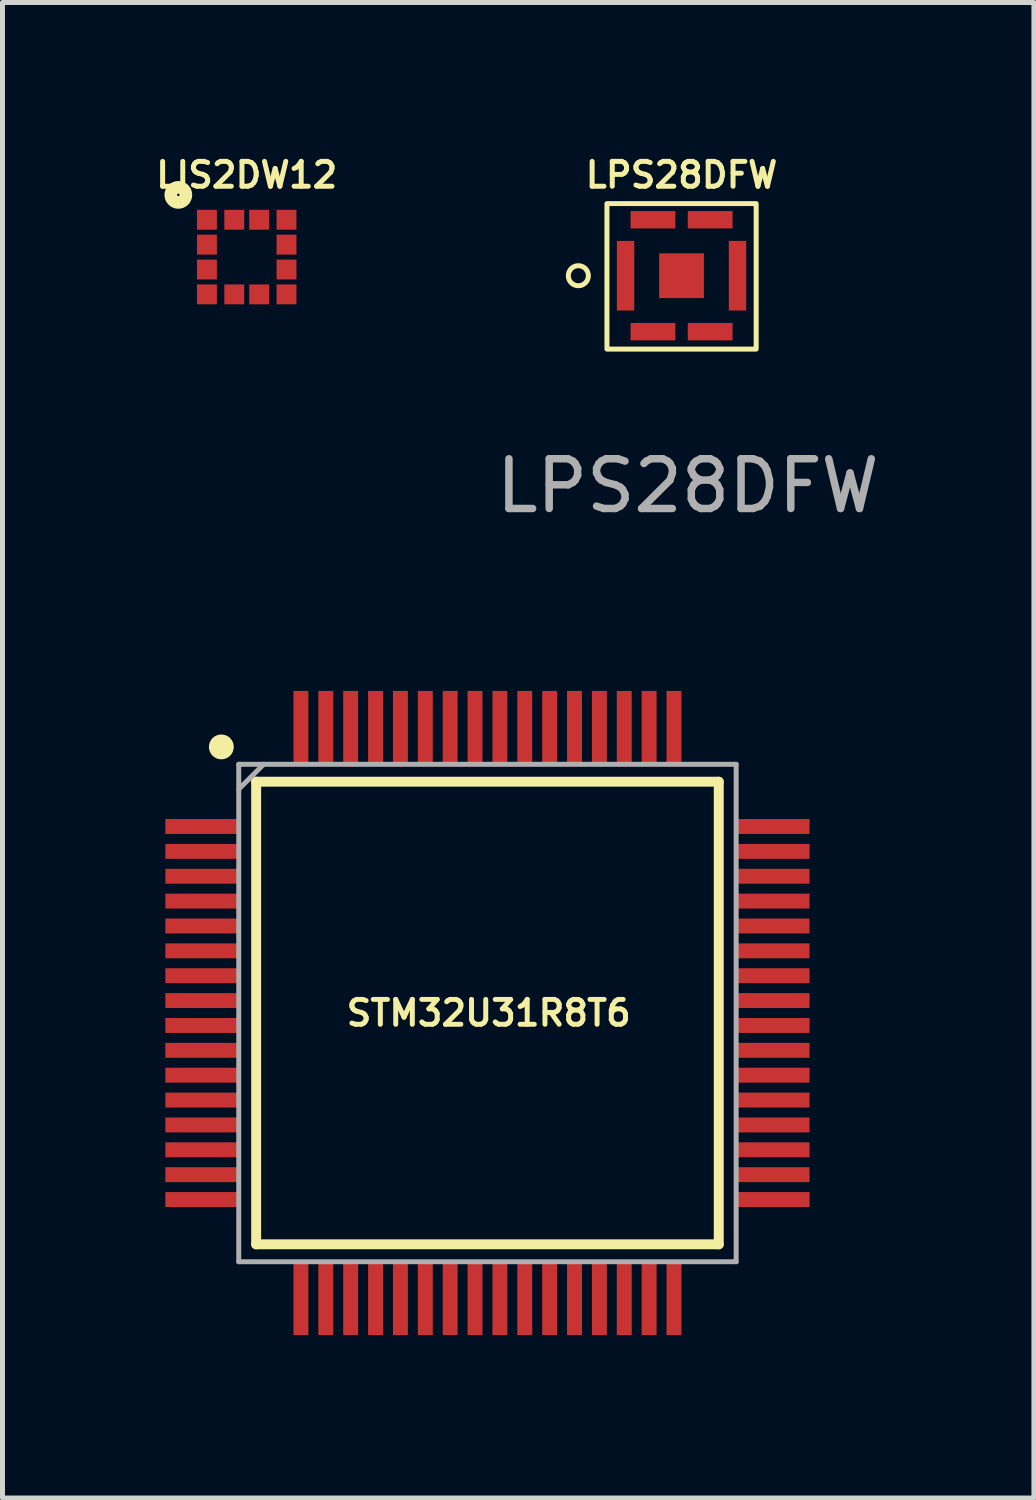
<source format=kicad_pcb>
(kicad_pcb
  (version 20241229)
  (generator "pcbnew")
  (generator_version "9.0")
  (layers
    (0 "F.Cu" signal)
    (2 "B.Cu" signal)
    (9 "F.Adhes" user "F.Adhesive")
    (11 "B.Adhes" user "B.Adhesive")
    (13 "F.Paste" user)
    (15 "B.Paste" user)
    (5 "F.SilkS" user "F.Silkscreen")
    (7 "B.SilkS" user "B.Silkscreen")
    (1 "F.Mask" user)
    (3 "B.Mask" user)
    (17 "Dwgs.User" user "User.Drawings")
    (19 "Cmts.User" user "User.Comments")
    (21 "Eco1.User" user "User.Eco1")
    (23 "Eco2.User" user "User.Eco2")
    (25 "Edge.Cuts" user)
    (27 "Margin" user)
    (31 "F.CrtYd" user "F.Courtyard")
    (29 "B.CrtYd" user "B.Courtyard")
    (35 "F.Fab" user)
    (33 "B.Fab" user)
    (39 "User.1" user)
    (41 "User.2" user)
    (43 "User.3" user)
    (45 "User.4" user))
  (footprint "LIS2DW12"
    (layer "F.Cu")
    (at 1.91 2.118)
    (property "Reference" "LIS2DW12" (at 0 -1.65 0) (unlocked yes) (layer "F.SilkS") (effects (font (size 0.5 0.5) (thickness 0.1) (bold yes))))
    (attr smd)
    (fp_circle (center -1.375 -1.25) (end -1.4 -1.25) (stroke (width 0.254) (type solid)) (fill no) (layer "F.SilkS"))
    (fp_rect (start -1.125 -1.05) (end 1.125 1.05) (stroke (width 0.1) (type default)) (fill no) (layer "Margin"))
    (pad "1" smd rect (at -0.8 -0.75 90) (size 0.4 0.4) (layers "F.Cu" "F.Mask" "F.Paste"))
    (pad "2" smd rect (at -0.8 -0.25 90) (size 0.4 0.4) (layers "F.Cu" "F.Mask" "F.Paste"))
    (pad "3" smd rect (at -0.8 0.25 90) (size 0.4 0.4) (layers "F.Cu" "F.Mask" "F.Paste"))
    (pad "4" smd rect (at -0.8 0.75 90) (size 0.4 0.4) (layers "F.Cu" "F.Mask" "F.Paste"))
    (pad "5" smd rect (at -0.25 0.75 90) (size 0.4 0.4) (layers "F.Cu" "F.Mask" "F.Paste"))
    (pad "6" smd rect (at 0.25 0.75 90) (size 0.4 0.4) (layers "F.Cu" "F.Mask" "F.Paste"))
    (pad "7" smd rect (at 0.8 0.75 90) (size 0.4 0.4) (layers "F.Cu" "F.Mask" "F.Paste"))
    (pad "8" smd rect (at 0.8 0.25 90) (size 0.4 0.4) (layers "F.Cu" "F.Mask" "F.Paste"))
    (pad "9" smd rect (at 0.8 -0.25 90) (size 0.4 0.4) (layers "F.Cu" "F.Mask" "F.Paste"))
    (pad "10" smd rect (at 0.8 -0.75 90) (size 0.4 0.4) (layers "F.Cu" "F.Mask" "F.Paste"))
    (pad "11" smd rect (at 0.25 -0.75 90) (size 0.4 0.4) (layers "F.Cu" "F.Mask" "F.Paste"))
    (pad "12" smd rect (at -0.25 -0.75 90) (size 0.4 0.4) (layers "F.Cu" "F.Mask" "F.Paste")))
  (footprint "STM32U31R8T6"
    (layer "F.Cu")
    (at 6.75 17.316)
    (property "Reference" "STM32U31R8T6" (at 0.025 0 0) (unlocked yes) (layer "F.SilkS") (effects (font (size 0.5 0.5) (thickness 0.1) (bold yes))))
    (attr smd)
    (fp_line (start -4.65 -4.65) (end 4.65 -4.65) (stroke (width 0.2) (type solid)) (layer "F.SilkS"))
    (fp_line (start -4.65 4.65) (end -4.65 -4.65) (stroke (width 0.2) (type solid)) (layer "F.SilkS"))
    (fp_line (start 4.65 -4.65) (end 4.65 4.65) (stroke (width 0.2) (type solid)) (layer "F.SilkS"))
    (fp_line (start 4.65 4.65) (end -4.65 4.65) (stroke (width 0.2) (type solid)) (layer "F.SilkS"))
    (fp_circle (center -5.35 -5.35) (end -5.35 -5.225) (stroke (width 0.25) (type solid)) (fill no) (layer "F.SilkS"))
    (fp_line (start -6.7 -4.2) (end -6.7 4.2) (stroke (width 0.1) (type default)) (layer "Margin"))
    (fp_line (start -6.7 -4.2) (end -5.35 -4.2) (stroke (width 0.1) (type default)) (layer "Margin"))
    (fp_line (start -6.7 4.2) (end -5.35 4.2) (stroke (width 0.1) (type default)) (layer "Margin"))
    (fp_line (start -5.35 -5.35) (end -4.2 -5.35) (stroke (width 0.1) (type default)) (layer "Margin"))
    (fp_line (start -5.35 -4.2) (end -5.35 -5.35) (stroke (width 0.1) (type default)) (layer "Margin"))
    (fp_line (start -5.35 4.2) (end -5.35 5.35) (stroke (width 0.1) (type default)) (layer "Margin"))
    (fp_line (start -5.35 5.35) (end -4.2 5.35) (stroke (width 0.1) (type default)) (layer "Margin"))
    (fp_line (start -4.2 -6.7) (end -4.2 -5.35) (stroke (width 0.1) (type default)) (layer "Margin"))
    (fp_line (start -4.2 -6.7) (end 4.2 -6.7) (stroke (width 0.1) (type default)) (layer "Margin"))
    (fp_line (start -4.2 6.7) (end -4.2 5.35) (stroke (width 0.1) (type default)) (layer "Margin"))
    (fp_line (start 4.2 -6.7) (end 4.2 -5.35) (stroke (width 0.1) (type default)) (layer "Margin"))
    (fp_line (start 4.2 5.35) (end 5.35 5.35) (stroke (width 0.1) (type default)) (layer "Margin"))
    (fp_line (start 4.2 6.7) (end -4.2 6.7) (stroke (width 0.1) (type default)) (layer "Margin"))
    (fp_line (start 4.2 6.7) (end 4.2 5.35) (stroke (width 0.1) (type default)) (layer "Margin"))
    (fp_line (start 5.35 -4.2) (end 5.35 -5.35) (stroke (width 0.1) (type default)) (layer "Margin"))
    (fp_line (start 5.35 5.35) (end 5.35 4.2) (stroke (width 0.1) (type default)) (layer "Margin"))
    (fp_line (start 5.35 -5.35) (end 4.2 -5.35) (stroke (width 0.1) (type default)) (layer "Margin"))
    (fp_line (start 6.7 -4.2) (end 5.35 -4.2) (stroke (width 0.1) (type default)) (layer "Margin"))
    (fp_line (start 6.7 4.2) (end 5.35 4.2) (stroke (width 0.1) (type default)) (layer "Margin"))
    (fp_line (start 6.7 4.2) (end 6.7 -4.2) (stroke (width 0.1) (type default)) (layer "Margin"))
    (fp_line (start -5 -5) (end 5 -5) (stroke (width 0.1) (type solid)) (layer "F.Fab"))
    (fp_line (start -5 -4.5) (end -4.5 -5) (stroke (width 0.1) (type solid)) (layer "F.Fab"))
    (fp_line (start -5 5) (end -5 -5) (stroke (width 0.1) (type solid)) (layer "F.Fab"))
    (fp_line (start 5 -5) (end 5 5) (stroke (width 0.1) (type solid)) (layer "F.Fab"))
    (fp_line (start 5 5) (end -5 5) (stroke (width 0.1) (type solid)) (layer "F.Fab"))
    (pad "1" smd rect (at -5.738 -3.75 90) (size 0.3 1.475) (layers "F.Cu" "F.Mask" "F.Paste"))
    (pad "2" smd rect (at -5.738 -3.25 90) (size 0.3 1.475) (layers "F.Cu" "F.Mask" "F.Paste"))
    (pad "3" smd rect (at -5.738 -2.75 90) (size 0.3 1.475) (layers "F.Cu" "F.Mask" "F.Paste"))
    (pad "4" smd rect (at -5.738 -2.25 90) (size 0.3 1.475) (layers "F.Cu" "F.Mask" "F.Paste"))
    (pad "5" smd rect (at -5.738 -1.75 90) (size 0.3 1.475) (layers "F.Cu" "F.Mask" "F.Paste"))
    (pad "6" smd rect (at -5.738 -1.25 90) (size 0.3 1.475) (layers "F.Cu" "F.Mask" "F.Paste"))
    (pad "7" smd rect (at -5.738 -0.75 90) (size 0.3 1.475) (layers "F.Cu" "F.Mask" "F.Paste"))
    (pad "8" smd rect (at -5.738 -0.25 90) (size 0.3 1.475) (layers "F.Cu" "F.Mask" "F.Paste"))
    (pad "9" smd rect (at -5.738 0.25 90) (size 0.3 1.475) (layers "F.Cu" "F.Mask" "F.Paste"))
    (pad "10" smd rect (at -5.738 0.75 90) (size 0.3 1.475) (layers "F.Cu" "F.Mask" "F.Paste"))
    (pad "11" smd rect (at -5.738 1.25 90) (size 0.3 1.475) (layers "F.Cu" "F.Mask" "F.Paste"))
    (pad "12" smd rect (at -5.738 1.75 90) (size 0.3 1.475) (layers "F.Cu" "F.Mask" "F.Paste"))
    (pad "13" smd rect (at -5.738 2.25 90) (size 0.3 1.475) (layers "F.Cu" "F.Mask" "F.Paste"))
    (pad "14" smd rect (at -5.738 2.75 90) (size 0.3 1.475) (layers "F.Cu" "F.Mask" "F.Paste"))
    (pad "15" smd rect (at -5.738 3.25 90) (size 0.3 1.475) (layers "F.Cu" "F.Mask" "F.Paste"))
    (pad "16" smd rect (at -5.738 3.75 90) (size 0.3 1.475) (layers "F.Cu" "F.Mask" "F.Paste"))
    (pad "17" smd rect (at -3.75 5.738) (size 0.3 1.475) (layers "F.Cu" "F.Mask" "F.Paste"))
    (pad "18" smd rect (at -3.25 5.738) (size 0.3 1.475) (layers "F.Cu" "F.Mask" "F.Paste"))
    (pad "19" smd rect (at -2.75 5.738) (size 0.3 1.475) (layers "F.Cu" "F.Mask" "F.Paste"))
    (pad "20" smd rect (at -2.25 5.738) (size 0.3 1.475) (layers "F.Cu" "F.Mask" "F.Paste"))
    (pad "21" smd rect (at -1.75 5.738) (size 0.3 1.475) (layers "F.Cu" "F.Mask" "F.Paste"))
    (pad "22" smd rect (at -1.25 5.738) (size 0.3 1.475) (layers "F.Cu" "F.Mask" "F.Paste"))
    (pad "23" smd rect (at -0.75 5.738) (size 0.3 1.475) (layers "F.Cu" "F.Mask" "F.Paste"))
    (pad "24" smd rect (at -0.25 5.738) (size 0.3 1.475) (layers "F.Cu" "F.Mask" "F.Paste"))
    (pad "25" smd rect (at 0.25 5.738) (size 0.3 1.475) (layers "F.Cu" "F.Mask" "F.Paste"))
    (pad "26" smd rect (at 0.75 5.738) (size 0.3 1.475) (layers "F.Cu" "F.Mask" "F.Paste"))
    (pad "27" smd rect (at 1.25 5.738) (size 0.3 1.475) (layers "F.Cu" "F.Mask" "F.Paste"))
    (pad "28" smd rect (at 1.75 5.738) (size 0.3 1.475) (layers "F.Cu" "F.Mask" "F.Paste"))
    (pad "29" smd rect (at 2.25 5.738) (size 0.3 1.475) (layers "F.Cu" "F.Mask" "F.Paste"))
    (pad "30" smd rect (at 2.75 5.738) (size 0.3 1.475) (layers "F.Cu" "F.Mask" "F.Paste"))
    (pad "31" smd rect (at 3.25 5.738) (size 0.3 1.475) (layers "F.Cu" "F.Mask" "F.Paste"))
    (pad "32" smd rect (at 3.75 5.738) (size 0.3 1.475) (layers "F.Cu" "F.Mask" "F.Paste"))
    (pad "33" smd rect (at 5.738 3.75 90) (size 0.3 1.475) (layers "F.Cu" "F.Mask" "F.Paste"))
    (pad "34" smd rect (at 5.738 3.25 90) (size 0.3 1.475) (layers "F.Cu" "F.Mask" "F.Paste"))
    (pad "35" smd rect (at 5.738 2.75 90) (size 0.3 1.475) (layers "F.Cu" "F.Mask" "F.Paste"))
    (pad "36" smd rect (at 5.738 2.25 90) (size 0.3 1.475) (layers "F.Cu" "F.Mask" "F.Paste"))
    (pad "37" smd rect (at 5.738 1.75 90) (size 0.3 1.475) (layers "F.Cu" "F.Mask" "F.Paste"))
    (pad "38" smd rect (at 5.738 1.25 90) (size 0.3 1.475) (layers "F.Cu" "F.Mask" "F.Paste"))
    (pad "39" smd rect (at 5.738 0.75 90) (size 0.3 1.475) (layers "F.Cu" "F.Mask" "F.Paste"))
    (pad "40" smd rect (at 5.738 0.25 90) (size 0.3 1.475) (layers "F.Cu" "F.Mask" "F.Paste"))
    (pad "41" smd rect (at 5.738 -0.25 90) (size 0.3 1.475) (layers "F.Cu" "F.Mask" "F.Paste"))
    (pad "42" smd rect (at 5.738 -0.75 90) (size 0.3 1.475) (layers "F.Cu" "F.Mask" "F.Paste"))
    (pad "43" smd rect (at 5.738 -1.25 90) (size 0.3 1.475) (layers "F.Cu" "F.Mask" "F.Paste"))
    (pad "44" smd rect (at 5.738 -1.75 90) (size 0.3 1.475) (layers "F.Cu" "F.Mask" "F.Paste"))
    (pad "45" smd rect (at 5.738 -2.25 90) (size 0.3 1.475) (layers "F.Cu" "F.Mask" "F.Paste"))
    (pad "46" smd rect (at 5.738 -2.75 90) (size 0.3 1.475) (layers "F.Cu" "F.Mask" "F.Paste"))
    (pad "47" smd rect (at 5.738 -3.25 90) (size 0.3 1.475) (layers "F.Cu" "F.Mask" "F.Paste"))
    (pad "48" smd rect (at 5.738 -3.75 90) (size 0.3 1.475) (layers "F.Cu" "F.Mask" "F.Paste"))
    (pad "49" smd rect (at 3.75 -5.738) (size 0.3 1.475) (layers "F.Cu" "F.Mask" "F.Paste"))
    (pad "50" smd rect (at 3.25 -5.738) (size 0.3 1.475) (layers "F.Cu" "F.Mask" "F.Paste"))
    (pad "51" smd rect (at 2.75 -5.738) (size 0.3 1.475) (layers "F.Cu" "F.Mask" "F.Paste"))
    (pad "52" smd rect (at 2.25 -5.738) (size 0.3 1.475) (layers "F.Cu" "F.Mask" "F.Paste"))
    (pad "53" smd rect (at 1.75 -5.738) (size 0.3 1.475) (layers "F.Cu" "F.Mask" "F.Paste"))
    (pad "54" smd rect (at 1.25 -5.738) (size 0.3 1.475) (layers "F.Cu" "F.Mask" "F.Paste"))
    (pad "55" smd rect (at 0.75 -5.738) (size 0.3 1.475) (layers "F.Cu" "F.Mask" "F.Paste"))
    (pad "56" smd rect (at 0.25 -5.738) (size 0.3 1.475) (layers "F.Cu" "F.Mask" "F.Paste"))
    (pad "57" smd rect (at -0.25 -5.738) (size 0.3 1.475) (layers "F.Cu" "F.Mask" "F.Paste"))
    (pad "58" smd rect (at -0.75 -5.738) (size 0.3 1.475) (layers "F.Cu" "F.Mask" "F.Paste"))
    (pad "59" smd rect (at -1.25 -5.738) (size 0.3 1.475) (layers "F.Cu" "F.Mask" "F.Paste"))
    (pad "60" smd rect (at -1.75 -5.738) (size 0.3 1.475) (layers "F.Cu" "F.Mask" "F.Paste"))
    (pad "61" smd rect (at -2.25 -5.738) (size 0.3 1.475) (layers "F.Cu" "F.Mask" "F.Paste"))
    (pad "62" smd rect (at -2.75 -5.738) (size 0.3 1.475) (layers "F.Cu" "F.Mask" "F.Paste"))
    (pad "63" smd rect (at -3.25 -5.738) (size 0.3 1.475) (layers "F.Cu" "F.Mask" "F.Paste"))
    (pad "64" smd rect (at -3.75 -5.738) (size 0.3 1.475) (layers "F.Cu" "F.Mask" "F.Paste")))
  (footprint "LPS28DFW"
    (layer "F.Cu")
    (at 10.652 2.493)
    (property "Reference" "LPS28DFW" (at 0 -2.025 0) (unlocked yes) (layer "F.SilkS") (effects (font (size 0.5 0.5) (thickness 0.1) (bold yes))))
    (attr smd)
    (fp_rect (start -1.5 -1.45) (end 1.5 1.475) (stroke (width 0.1) (type default)) (fill no) (layer "F.SilkS"))
    (fp_circle (center -2.075 0) (end -1.975 0.175) (stroke (width 0.1) (type default)) (fill no) (layer "F.SilkS"))
    (fp_rect (start -1.6 -1.55) (end 1.6 1.575) (stroke (width 0.1) (type default)) (fill no) (layer "Margin"))
    (fp_text user "${REFERENCE}" (at 0.125 4.225 0) (unlocked yes) (layer "F.Fab") (effects (font (size 1 1) (thickness 0.15))))
    (pad "1" smd rect (at -1.125 0) (size 0.35 1.4) (layers "F.Cu" "F.Mask" "F.Paste"))
    (pad "2" smd rect (at -0.575 1.125) (size 0.9 0.35) (layers "F.Cu" "F.Mask" "F.Paste"))
    (pad "3" smd rect (at 0.575 1.125) (size 0.9 0.35) (layers "F.Cu" "F.Mask" "F.Paste"))
    (pad "4" smd rect (at 1.125 0) (size 0.35 1.4) (layers "F.Cu" "F.Mask" "F.Paste"))
    (pad "5" smd rect (at 0.575 -1.125) (size 0.9 0.35) (layers "F.Cu" "F.Mask" "F.Paste"))
    (pad "6" smd rect (at -0.575 -1.125) (size 0.9 0.35) (layers "F.Cu" "F.Mask" "F.Paste"))
    (pad "7" smd rect (at 0 0) (size 0.9 0.9) (layers "F.Cu" "F.Mask" "F.Paste")))
  (gr_rect
    (start -3 -3)
    (end 17.736 27.066)
    (stroke (width 0.1) (type default))
    (fill no)
    (layer "Edge.Cuts")))
</source>
